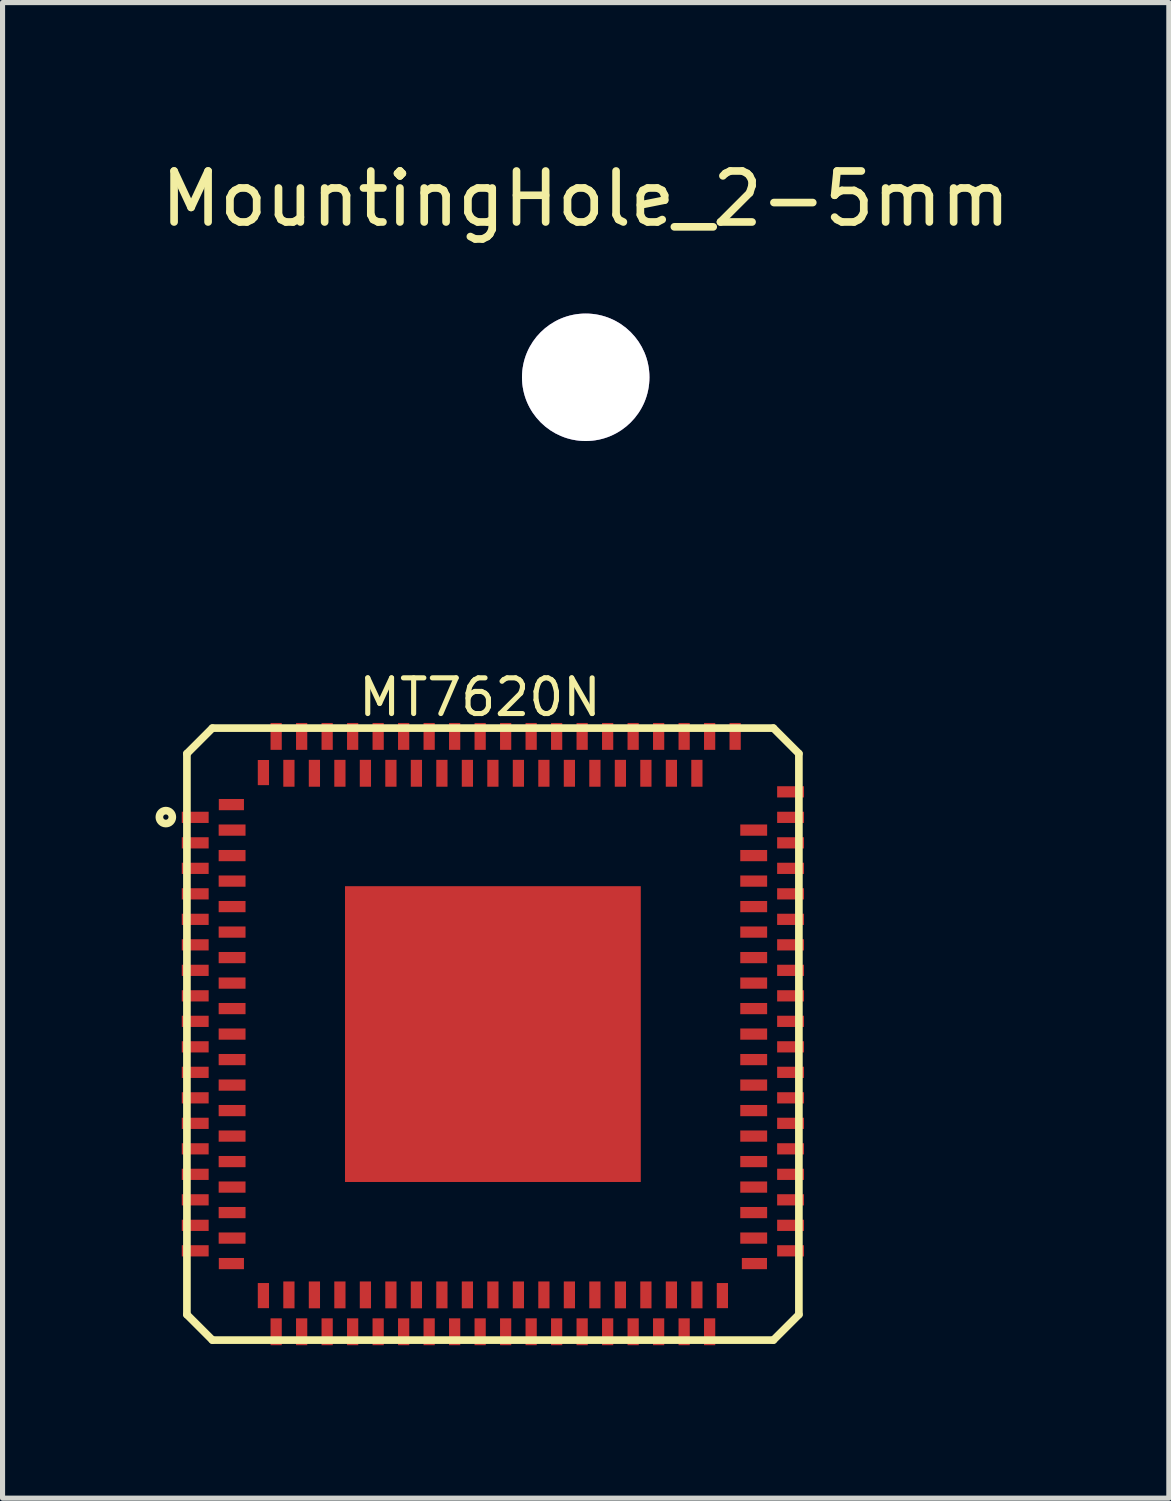
<source format=kicad_pcb>
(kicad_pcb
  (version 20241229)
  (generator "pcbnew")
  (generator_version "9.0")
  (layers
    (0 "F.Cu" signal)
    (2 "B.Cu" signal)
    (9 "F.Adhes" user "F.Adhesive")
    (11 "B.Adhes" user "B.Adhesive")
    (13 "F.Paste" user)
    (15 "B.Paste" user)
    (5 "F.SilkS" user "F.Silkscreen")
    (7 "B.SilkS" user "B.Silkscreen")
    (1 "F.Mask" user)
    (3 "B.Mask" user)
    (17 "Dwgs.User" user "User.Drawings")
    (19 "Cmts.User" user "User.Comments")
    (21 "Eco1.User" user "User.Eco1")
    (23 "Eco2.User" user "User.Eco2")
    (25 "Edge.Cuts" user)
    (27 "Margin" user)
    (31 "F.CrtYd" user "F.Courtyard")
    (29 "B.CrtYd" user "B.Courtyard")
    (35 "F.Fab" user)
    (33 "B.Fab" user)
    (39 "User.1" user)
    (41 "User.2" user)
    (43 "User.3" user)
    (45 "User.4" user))
  (footprint "MT7620N"
    (layer "F.Cu")
    (at 6.615 17.227)
    (property "Reference" "MT7620N" (at -0.254 -6.604 0) (layer "F.SilkS") (effects (font (size 0.7 0.7) (thickness 0.1))))
    (attr through_hole)
    (fp_line (start -6 -5.5) (end -6 5.5) (stroke (width 0.15) (type solid)) (layer "F.SilkS"))
    (fp_line (start -6 -5.5) (end -5.5 -6) (stroke (width 0.15) (type solid)) (layer "F.SilkS"))
    (fp_line (start -5.5 -6) (end 5.5 -6) (stroke (width 0.15) (type solid)) (layer "F.SilkS"))
    (fp_line (start -5.5 6) (end -6 5.5) (stroke (width 0.15) (type solid)) (layer "F.SilkS"))
    (fp_line (start -5.5 6) (end 5.5 6) (stroke (width 0.15) (type solid)) (layer "F.SilkS"))
    (fp_line (start 5.5 -6) (end 6 -5.5) (stroke (width 0.15) (type solid)) (layer "F.SilkS"))
    (fp_line (start 6 -5.5) (end 6 5.5) (stroke (width 0.15) (type solid)) (layer "F.SilkS"))
    (fp_line (start 6 5.5) (end 5.5 6) (stroke (width 0.15) (type solid)) (layer "F.SilkS"))
    (fp_circle (center -6.413 -4.255) (end -6.413 -4.128) (stroke (width 0.15) (type solid)) (fill no) (layer "F.SilkS"))
    (pad "" smd rect (at -1.8 -1.8) (size 1.6 1.6) (layers "F.Paste"))
    (pad "" smd rect (at -1.8 0) (size 1.6 1.6) (layers "F.Paste"))
    (pad "" smd rect (at -1.8 1.8) (size 1.6 1.6) (layers "F.Paste"))
    (pad "" smd rect (at 0 -1.8) (size 1.6 1.6) (layers "F.Paste"))
    (pad "" smd rect (at 0 0) (size 1.6 1.6) (layers "F.Paste"))
    (pad "" smd rect (at 0 1.8) (size 1.6 1.6) (layers "F.Paste"))
    (pad "" smd rect (at 1.8 -1.8) (size 1.6 1.6) (layers "F.Paste"))
    (pad "" smd rect (at 1.8 0) (size 1.6 1.6) (layers "F.Paste"))
    (pad "" smd rect (at 1.8 1.8) (size 1.6 1.6) (layers "F.Paste"))
    (pad "1" smd rect (at -5.837 -4.25) (size 0.527 0.22) (layers "F.Cu" "F.Mask" "F.Paste"))
    (pad "2" smd rect (at -5.837 -3.75) (size 0.527 0.22) (layers "F.Cu" "F.Mask" "F.Paste"))
    (pad "3" smd rect (at -5.837 -3.25) (size 0.527 0.22) (layers "F.Cu" "F.Mask" "F.Paste"))
    (pad "4" smd rect (at -5.837 -2.75) (size 0.527 0.22) (layers "F.Cu" "F.Mask" "F.Paste"))
    (pad "5" smd rect (at -5.837 -2.25) (size 0.527 0.22) (layers "F.Cu" "F.Mask" "F.Paste"))
    (pad "6" smd rect (at -5.837 -1.75) (size 0.527 0.22) (layers "F.Cu" "F.Mask" "F.Paste"))
    (pad "7" smd rect (at -5.837 -1.25) (size 0.527 0.22) (layers "F.Cu" "F.Mask" "F.Paste"))
    (pad "8" smd rect (at -5.837 -0.75) (size 0.527 0.22) (layers "F.Cu" "F.Mask" "F.Paste"))
    (pad "9" smd rect (at -5.837 -0.25) (size 0.527 0.22) (layers "F.Cu" "F.Mask" "F.Paste"))
    (pad "10" smd rect (at -5.837 0.25) (size 0.527 0.22) (layers "F.Cu" "F.Mask" "F.Paste"))
    (pad "11" smd rect (at -5.837 0.75) (size 0.527 0.22) (layers "F.Cu" "F.Mask" "F.Paste"))
    (pad "12" smd rect (at -5.837 1.25) (size 0.527 0.22) (layers "F.Cu" "F.Mask" "F.Paste"))
    (pad "13" smd rect (at -5.837 1.75) (size 0.527 0.22) (layers "F.Cu" "F.Mask" "F.Paste"))
    (pad "14" smd rect (at -5.837 2.25) (size 0.527 0.22) (layers "F.Cu" "F.Mask" "F.Paste"))
    (pad "15" smd rect (at -5.837 2.75) (size 0.527 0.22) (layers "F.Cu" "F.Mask" "F.Paste"))
    (pad "16" smd rect (at -5.837 3.25) (size 0.527 0.22) (layers "F.Cu" "F.Mask" "F.Paste"))
    (pad "17" smd rect (at -5.837 3.75) (size 0.527 0.22) (layers "F.Cu" "F.Mask" "F.Paste"))
    (pad "18" smd rect (at -5.837 4.25) (size 0.527 0.22) (layers "F.Cu" "F.Mask" "F.Paste"))
    (pad "19" smd rect (at -4.25 5.837) (size 0.22 0.527) (layers "F.Cu" "F.Mask" "F.Paste"))
    (pad "20" smd rect (at -3.75 5.837) (size 0.22 0.527) (layers "F.Cu" "F.Mask" "F.Paste"))
    (pad "21" smd rect (at -3.25 5.837) (size 0.22 0.527) (layers "F.Cu" "F.Mask" "F.Paste"))
    (pad "22" smd rect (at -2.75 5.837) (size 0.22 0.527) (layers "F.Cu" "F.Mask" "F.Paste"))
    (pad "23" smd rect (at -2.25 5.837) (size 0.22 0.527) (layers "F.Cu" "F.Mask" "F.Paste"))
    (pad "24" smd rect (at -1.75 5.837) (size 0.22 0.527) (layers "F.Cu" "F.Mask" "F.Paste"))
    (pad "25" smd rect (at -1.25 5.837) (size 0.22 0.527) (layers "F.Cu" "F.Mask" "F.Paste"))
    (pad "26" smd rect (at -0.75 5.837) (size 0.22 0.527) (layers "F.Cu" "F.Mask" "F.Paste"))
    (pad "27" smd rect (at -0.25 5.837) (size 0.22 0.527) (layers "F.Cu" "F.Mask" "F.Paste"))
    (pad "28" smd rect (at 0.25 5.837) (size 0.22 0.527) (layers "F.Cu" "F.Mask" "F.Paste"))
    (pad "29" smd rect (at 0.75 5.837) (size 0.22 0.527) (layers "F.Cu" "F.Mask" "F.Paste"))
    (pad "30" smd rect (at 1.25 5.837) (size 0.22 0.527) (layers "F.Cu" "F.Mask" "F.Paste"))
    (pad "31" smd rect (at 1.75 5.837) (size 0.22 0.527) (layers "F.Cu" "F.Mask" "F.Paste"))
    (pad "32" smd rect (at 2.25 5.837) (size 0.22 0.527) (layers "F.Cu" "F.Mask" "F.Paste"))
    (pad "33" smd rect (at 2.75 5.837) (size 0.22 0.527) (layers "F.Cu" "F.Mask" "F.Paste"))
    (pad "34" smd rect (at 3.25 5.837) (size 0.22 0.527) (layers "F.Cu" "F.Mask" "F.Paste"))
    (pad "35" smd rect (at 3.75 5.837) (size 0.22 0.527) (layers "F.Cu" "F.Mask" "F.Paste"))
    (pad "36" smd rect (at 4.25 5.837) (size 0.22 0.527) (layers "F.Cu" "F.Mask" "F.Paste"))
    (pad "37" smd rect (at 5.837 4.25) (size 0.527 0.22) (layers "F.Cu" "F.Mask" "F.Paste"))
    (pad "38" smd rect (at 5.837 3.75) (size 0.527 0.22) (layers "F.Cu" "F.Mask" "F.Paste"))
    (pad "39" smd rect (at 5.837 3.25) (size 0.527 0.22) (layers "F.Cu" "F.Mask" "F.Paste"))
    (pad "40" smd rect (at 5.837 2.75) (size 0.527 0.22) (layers "F.Cu" "F.Mask" "F.Paste"))
    (pad "41" smd rect (at 5.837 2.25) (size 0.527 0.22) (layers "F.Cu" "F.Mask" "F.Paste"))
    (pad "42" smd rect (at 5.837 1.75) (size 0.527 0.22) (layers "F.Cu" "F.Mask" "F.Paste"))
    (pad "43" smd rect (at 5.837 1.25) (size 0.527 0.22) (layers "F.Cu" "F.Mask" "F.Paste"))
    (pad "44" smd rect (at 5.837 0.75) (size 0.527 0.22) (layers "F.Cu" "F.Mask" "F.Paste"))
    (pad "45" smd rect (at 5.837 0.25) (size 0.527 0.22) (layers "F.Cu" "F.Mask" "F.Paste"))
    (pad "46" smd rect (at 5.837 -0.25) (size 0.527 0.22) (layers "F.Cu" "F.Mask" "F.Paste"))
    (pad "47" smd rect (at 5.837 -0.75) (size 0.527 0.22) (layers "F.Cu" "F.Mask" "F.Paste"))
    (pad "48" smd rect (at 5.837 -1.25) (size 0.527 0.22) (layers "F.Cu" "F.Mask" "F.Paste"))
    (pad "49" smd rect (at 5.837 -1.75) (size 0.527 0.22) (layers "F.Cu" "F.Mask" "F.Paste"))
    (pad "50" smd rect (at 5.837 -2.25) (size 0.527 0.22) (layers "F.Cu" "F.Mask" "F.Paste"))
    (pad "51" smd rect (at 5.837 -2.75) (size 0.527 0.22) (layers "F.Cu" "F.Mask" "F.Paste"))
    (pad "52" smd rect (at 5.837 -3.25) (size 0.527 0.22) (layers "F.Cu" "F.Mask" "F.Paste"))
    (pad "53" smd rect (at 5.837 -3.75) (size 0.527 0.22) (layers "F.Cu" "F.Mask" "F.Paste"))
    (pad "54" smd rect (at 5.837 -4.25) (size 0.527 0.22) (layers "F.Cu" "F.Mask" "F.Paste"))
    (pad "55" smd rect (at 5.837 -4.75) (size 0.527 0.22) (layers "F.Cu" "F.Mask" "F.Paste"))
    (pad "56" smd rect (at 4.75 -5.837) (size 0.22 0.527) (layers "F.Cu" "F.Mask" "F.Paste"))
    (pad "57" smd rect (at 4.25 -5.837) (size 0.22 0.527) (layers "F.Cu" "F.Mask" "F.Paste"))
    (pad "58" smd rect (at 3.75 -5.837) (size 0.22 0.527) (layers "F.Cu" "F.Mask" "F.Paste"))
    (pad "59" smd rect (at 3.25 -5.837) (size 0.22 0.527) (layers "F.Cu" "F.Mask" "F.Paste"))
    (pad "60" smd rect (at 2.75 -5.837) (size 0.22 0.527) (layers "F.Cu" "F.Mask" "F.Paste"))
    (pad "61" smd rect (at 2.25 -5.837) (size 0.22 0.527) (layers "F.Cu" "F.Mask" "F.Paste"))
    (pad "62" smd rect (at 1.75 -5.837) (size 0.22 0.527) (layers "F.Cu" "F.Mask" "F.Paste"))
    (pad "63" smd rect (at 1.25 -5.837) (size 0.22 0.527) (layers "F.Cu" "F.Mask" "F.Paste"))
    (pad "64" smd rect (at 0.75 -5.837) (size 0.22 0.527) (layers "F.Cu" "F.Mask" "F.Paste"))
    (pad "65" smd rect (at 0.25 -5.837) (size 0.22 0.527) (layers "F.Cu" "F.Mask" "F.Paste"))
    (pad "66" smd rect (at -0.25 -5.837) (size 0.22 0.527) (layers "F.Cu" "F.Mask" "F.Paste"))
    (pad "67" smd rect (at -0.75 -5.837) (size 0.22 0.527) (layers "F.Cu" "F.Mask" "F.Paste"))
    (pad "68" smd rect (at -1.25 -5.837) (size 0.22 0.527) (layers "F.Cu" "F.Mask" "F.Paste"))
    (pad "69" smd rect (at -1.75 -5.837) (size 0.22 0.527) (layers "F.Cu" "F.Mask" "F.Paste"))
    (pad "70" smd rect (at -2.25 -5.837) (size 0.22 0.527) (layers "F.Cu" "F.Mask" "F.Paste"))
    (pad "71" smd rect (at -2.75 -5.837) (size 0.22 0.527) (layers "F.Cu" "F.Mask" "F.Paste"))
    (pad "72" smd rect (at -3.25 -5.837) (size 0.22 0.527) (layers "F.Cu" "F.Mask" "F.Paste"))
    (pad "73" smd rect (at -3.75 -5.837) (size 0.22 0.527) (layers "F.Cu" "F.Mask" "F.Paste"))
    (pad "74" smd rect (at -4.25 -5.837) (size 0.22 0.527) (layers "F.Cu" "F.Mask" "F.Paste"))
    (pad "75" smd rect (at -5.128 -4.5) (size 0.493 0.22) (layers "F.Cu" "F.Mask" "F.Paste"))
    (pad "76" smd rect (at -5.114 -4) (size 0.527 0.22) (layers "F.Cu" "F.Mask" "F.Paste"))
    (pad "77" smd rect (at -5.114 -3.5) (size 0.527 0.22) (layers "F.Cu" "F.Mask" "F.Paste"))
    (pad "78" smd rect (at -5.114 -3) (size 0.527 0.22) (layers "F.Cu" "F.Mask" "F.Paste"))
    (pad "79" smd rect (at -5.114 -2.5) (size 0.527 0.22) (layers "F.Cu" "F.Mask" "F.Paste"))
    (pad "80" smd rect (at -5.114 -2) (size 0.527 0.22) (layers "F.Cu" "F.Mask" "F.Paste"))
    (pad "81" smd rect (at -5.114 -1.5) (size 0.527 0.22) (layers "F.Cu" "F.Mask" "F.Paste"))
    (pad "82" smd rect (at -5.114 -1) (size 0.527 0.22) (layers "F.Cu" "F.Mask" "F.Paste"))
    (pad "83" smd rect (at -5.114 -0.5) (size 0.527 0.22) (layers "F.Cu" "F.Mask" "F.Paste"))
    (pad "84" smd rect (at -5.114 0) (size 0.527 0.22) (layers "F.Cu" "F.Mask" "F.Paste"))
    (pad "85" smd rect (at -5.114 0.5) (size 0.527 0.22) (layers "F.Cu" "F.Mask" "F.Paste"))
    (pad "86" smd rect (at -5.114 1) (size 0.527 0.22) (layers "F.Cu" "F.Mask" "F.Paste"))
    (pad "87" smd rect (at -5.114 1.5) (size 0.527 0.22) (layers "F.Cu" "F.Mask" "F.Paste"))
    (pad "88" smd rect (at -5.114 2) (size 0.527 0.22) (layers "F.Cu" "F.Mask" "F.Paste"))
    (pad "89" smd rect (at -5.114 2.5) (size 0.527 0.22) (layers "F.Cu" "F.Mask" "F.Paste"))
    (pad "90" smd rect (at -5.114 3) (size 0.527 0.22) (layers "F.Cu" "F.Mask" "F.Paste"))
    (pad "91" smd rect (at -5.114 3.5) (size 0.527 0.22) (layers "F.Cu" "F.Mask" "F.Paste"))
    (pad "92" smd rect (at -5.114 4) (size 0.527 0.22) (layers "F.Cu" "F.Mask" "F.Paste"))
    (pad "93" smd rect (at -5.128 4.5) (size 0.493 0.22) (layers "F.Cu" "F.Mask" "F.Paste"))
    (pad "94" smd rect (at -4.5 5.128) (size 0.22 0.493) (layers "F.Cu" "F.Mask" "F.Paste"))
    (pad "95" smd rect (at -4 5.114) (size 0.22 0.527) (layers "F.Cu" "F.Mask" "F.Paste"))
    (pad "96" smd rect (at -3.5 5.114) (size 0.22 0.527) (layers "F.Cu" "F.Mask" "F.Paste"))
    (pad "97" smd rect (at -3 5.114) (size 0.22 0.527) (layers "F.Cu" "F.Mask" "F.Paste"))
    (pad "98" smd rect (at -2.5 5.114) (size 0.22 0.527) (layers "F.Cu" "F.Mask" "F.Paste"))
    (pad "99" smd rect (at -2 5.114) (size 0.22 0.527) (layers "F.Cu" "F.Mask" "F.Paste"))
    (pad "100" smd rect (at -1.5 5.114) (size 0.22 0.527) (layers "F.Cu" "F.Mask" "F.Paste"))
    (pad "101" smd rect (at -1 5.114) (size 0.22 0.527) (layers "F.Cu" "F.Mask" "F.Paste"))
    (pad "102" smd rect (at -0.5 5.114) (size 0.22 0.527) (layers "F.Cu" "F.Mask" "F.Paste"))
    (pad "103" smd rect (at 0 5.114) (size 0.22 0.527) (layers "F.Cu" "F.Mask" "F.Paste"))
    (pad "104" smd rect (at 0.5 5.114) (size 0.22 0.527) (layers "F.Cu" "F.Mask" "F.Paste"))
    (pad "105" smd rect (at 1 5.114) (size 0.22 0.527) (layers "F.Cu" "F.Mask" "F.Paste"))
    (pad "106" smd rect (at 1.5 5.114) (size 0.22 0.527) (layers "F.Cu" "F.Mask" "F.Paste"))
    (pad "107" smd rect (at 2 5.114) (size 0.22 0.527) (layers "F.Cu" "F.Mask" "F.Paste"))
    (pad "108" smd rect (at 2.5 5.114) (size 0.22 0.527) (layers "F.Cu" "F.Mask" "F.Paste"))
    (pad "109" smd rect (at 3 5.114) (size 0.22 0.527) (layers "F.Cu" "F.Mask" "F.Paste"))
    (pad "110" smd rect (at 3.5 5.114) (size 0.22 0.527) (layers "F.Cu" "F.Mask" "F.Paste"))
    (pad "111" smd rect (at 4 5.114) (size 0.22 0.527) (layers "F.Cu" "F.Mask" "F.Paste"))
    (pad "112" smd rect (at 4.5 5.128) (size 0.22 0.493) (layers "F.Cu" "F.Mask" "F.Paste"))
    (pad "113" smd rect (at 5.128 4.5) (size 0.493 0.22) (layers "F.Cu" "F.Mask" "F.Paste"))
    (pad "114" smd rect (at 5.114 4) (size 0.527 0.22) (layers "F.Cu" "F.Mask" "F.Paste"))
    (pad "115" smd rect (at 5.114 3.5) (size 0.527 0.22) (layers "F.Cu" "F.Mask" "F.Paste"))
    (pad "116" smd rect (at 5.114 3) (size 0.527 0.22) (layers "F.Cu" "F.Mask" "F.Paste"))
    (pad "117" smd rect (at 5.114 2.5) (size 0.527 0.22) (layers "F.Cu" "F.Mask" "F.Paste"))
    (pad "118" smd rect (at 5.114 2) (size 0.527 0.22) (layers "F.Cu" "F.Mask" "F.Paste"))
    (pad "119" smd rect (at 5.114 1.5) (size 0.527 0.22) (layers "F.Cu" "F.Mask" "F.Paste"))
    (pad "120" smd rect (at 5.114 1) (size 0.527 0.22) (layers "F.Cu" "F.Mask" "F.Paste"))
    (pad "121" smd rect (at 5.114 0.5) (size 0.527 0.22) (layers "F.Cu" "F.Mask" "F.Paste"))
    (pad "122" smd rect (at 5.114 0) (size 0.527 0.22) (layers "F.Cu" "F.Mask" "F.Paste"))
    (pad "123" smd rect (at 5.114 -0.5) (size 0.527 0.22) (layers "F.Cu" "F.Mask" "F.Paste"))
    (pad "124" smd rect (at 5.114 -1) (size 0.527 0.22) (layers "F.Cu" "F.Mask" "F.Paste"))
    (pad "125" smd rect (at 5.114 -1.5) (size 0.527 0.22) (layers "F.Cu" "F.Mask" "F.Paste"))
    (pad "126" smd rect (at 5.114 -2) (size 0.527 0.22) (layers "F.Cu" "F.Mask" "F.Paste"))
    (pad "127" smd rect (at 5.114 -2.5) (size 0.527 0.22) (layers "F.Cu" "F.Mask" "F.Paste"))
    (pad "128" smd rect (at 5.114 -3) (size 0.527 0.22) (layers "F.Cu" "F.Mask" "F.Paste"))
    (pad "129" smd rect (at 5.114 -3.5) (size 0.527 0.22) (layers "F.Cu" "F.Mask" "F.Paste"))
    (pad "130" smd rect (at 5.114 -4) (size 0.527 0.22) (layers "F.Cu" "F.Mask" "F.Paste"))
    (pad "131" smd rect (at 4 -5.114) (size 0.22 0.527) (layers "F.Cu" "F.Mask" "F.Paste"))
    (pad "132" smd rect (at 3.5 -5.114) (size 0.22 0.527) (layers "F.Cu" "F.Mask" "F.Paste"))
    (pad "133" smd rect (at 3 -5.114) (size 0.22 0.527) (layers "F.Cu" "F.Mask" "F.Paste"))
    (pad "134" smd rect (at 2.5 -5.114) (size 0.22 0.527) (layers "F.Cu" "F.Mask" "F.Paste"))
    (pad "135" smd rect (at 2 -5.114) (size 0.22 0.527) (layers "F.Cu" "F.Mask" "F.Paste"))
    (pad "136" smd rect (at 1.5 -5.114) (size 0.22 0.527) (layers "F.Cu" "F.Mask" "F.Paste"))
    (pad "137" smd rect (at 1 -5.114) (size 0.22 0.527) (layers "F.Cu" "F.Mask" "F.Paste"))
    (pad "138" smd rect (at 0.5 -5.114) (size 0.22 0.527) (layers "F.Cu" "F.Mask" "F.Paste"))
    (pad "139" smd rect (at 0 -5.114) (size 0.22 0.527) (layers "F.Cu" "F.Mask" "F.Paste"))
    (pad "140" smd rect (at -0.5 -5.114) (size 0.22 0.527) (layers "F.Cu" "F.Mask" "F.Paste"))
    (pad "141" smd rect (at -1 -5.114) (size 0.22 0.527) (layers "F.Cu" "F.Mask" "F.Paste"))
    (pad "142" smd rect (at -1.5 -5.114) (size 0.22 0.527) (layers "F.Cu" "F.Mask" "F.Paste"))
    (pad "143" smd rect (at -2 -5.114) (size 0.22 0.527) (layers "F.Cu" "F.Mask" "F.Paste"))
    (pad "144" smd rect (at -2.5 -5.114) (size 0.22 0.527) (layers "F.Cu" "F.Mask" "F.Paste"))
    (pad "145" smd rect (at -3 -5.114) (size 0.22 0.527) (layers "F.Cu" "F.Mask" "F.Paste"))
    (pad "146" smd rect (at -3.5 -5.114) (size 0.22 0.527) (layers "F.Cu" "F.Mask" "F.Paste"))
    (pad "147" smd rect (at -4 -5.114) (size 0.22 0.527) (layers "F.Cu" "F.Mask" "F.Paste"))
    (pad "148" smd rect (at -4.5 -5.128) (size 0.22 0.493) (layers "F.Cu" "F.Mask" "F.Paste"))
    (pad "149" smd rect (at 0 0) (size 5.8 5.8) (layers "F.Cu" "F.Mask")))
  (footprint "MountingHole_2-5mm"
    (layer "F.Cu")
    (at 8.435 4.348)
    (property "Reference" "MountingHole_2-5mm" (at 0 -3.5 0) (layer "F.SilkS") (effects (font (size 1 1) (thickness 0.15))))
    (attr through_hole)
    (fp_circle (center 0 0) (end 2.499 0) (stroke (width 0.381) (type solid)) (fill no) (layer "Margin"))
    (pad "" thru_hole circle (at 0 0) (size 2.499 2.499) (drill 2.499) (layers)))
  (gr_rect
    (start -3 -3)
    (end 19.869 26.327)
    (stroke (width 0.1) (type default))
    (fill no)
    (layer "Edge.Cuts")))
</source>
